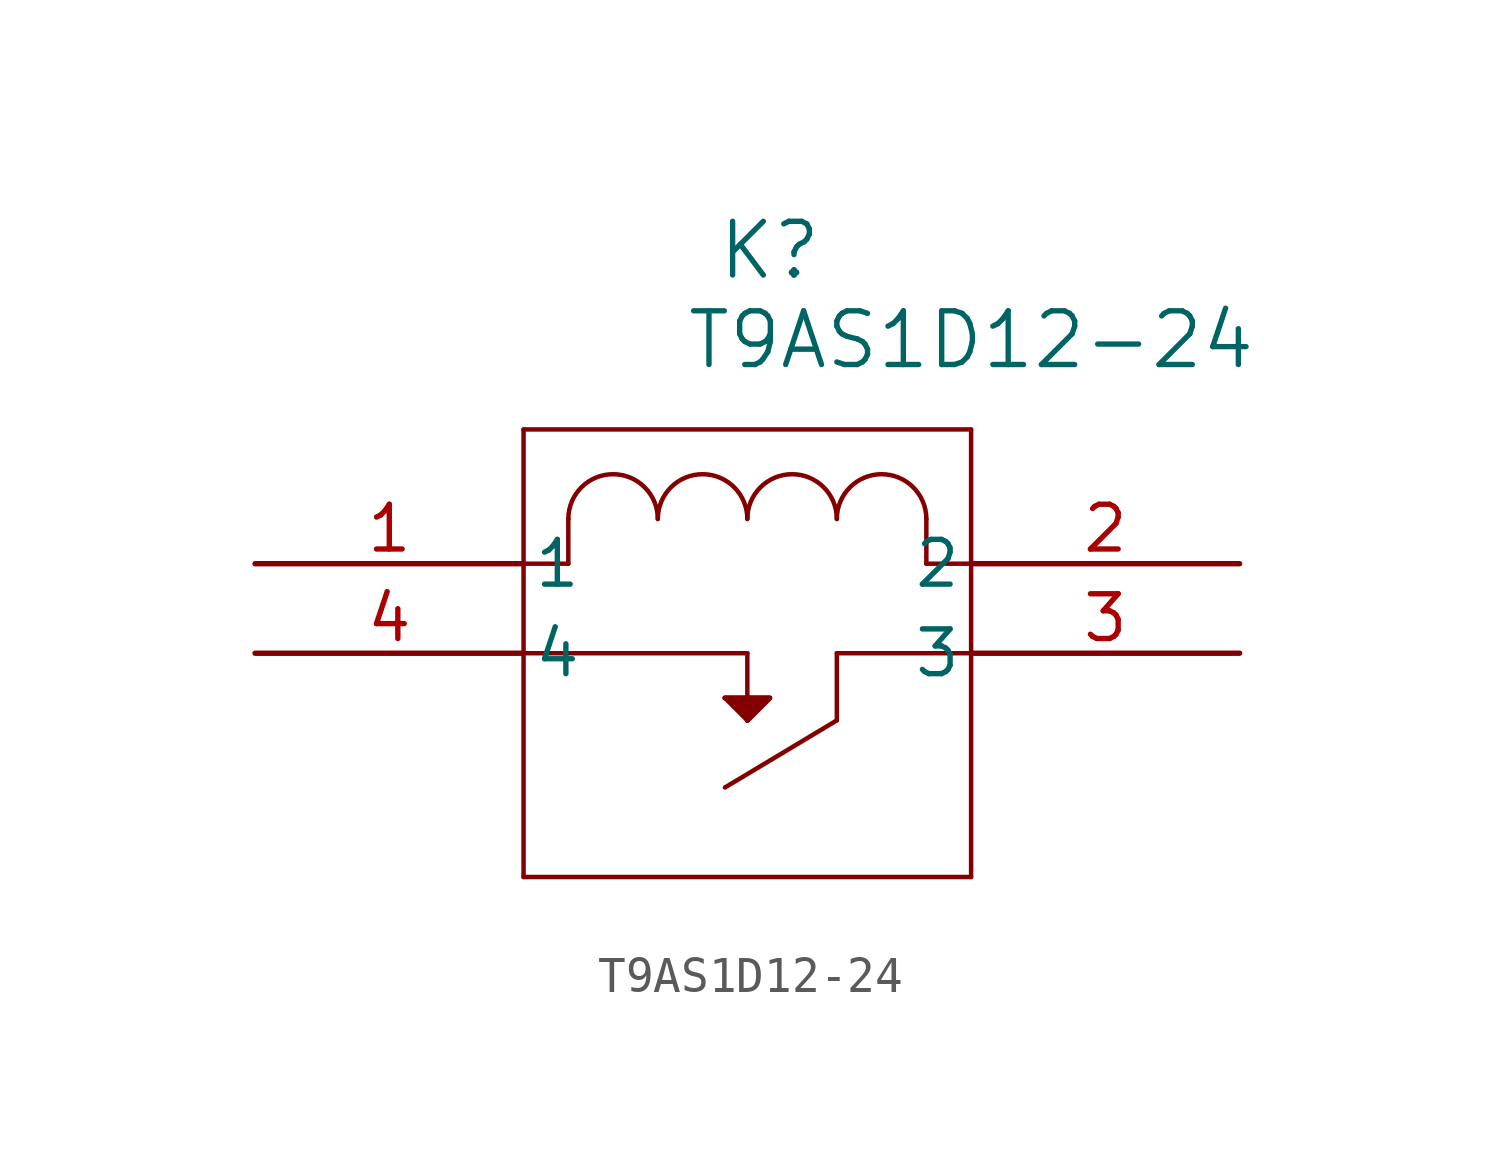
<source format=kicad_sym>
(kicad_symbol_lib
  (version 20211014)
  (generator kicad_symbol_editor)
  (symbol "T9AS1D12-24"
    (pin_names
      (offset 0.254))
    (property "Reference" "K"
      (at 14.605 8.89 0)
      (effects (font (size 1.524 1.524))))
    (property "Value" "T9AS1D12-24"
      (at 20.32 6.35 0)
      (effects (font (size 1.524 1.524))))
    (symbol "T9AS1D12-24_0_1"
      (polyline (pts (xy 13.97 -2.54) (xy 13.97 -3.81)) (stroke (width 0.127) (type default) (color 0 0 0 0)) (fill (type none)))
      (polyline (pts (xy 7.62 3.81) (xy 7.62 -8.89)) (stroke (width 0.127) (type default) (color 0 0 0 0)) (fill (type none)))
      (polyline (pts (xy 7.62 -8.89) (xy 20.32 -8.89)) (stroke (width 0.127) (type default) (color 0 0 0 0)) (fill (type none)))
      (polyline (pts (xy 20.32 -8.89) (xy 20.32 3.81)) (stroke (width 0.127) (type default) (color 0 0 0 0)) (fill (type none)))
      (polyline (pts (xy 20.32 3.81) (xy 7.62 3.81)) (stroke (width 0.127) (type default) (color 0 0 0 0)) (fill (type none)))
      (polyline (pts (xy 7.62 0) (xy 8.89 0)) (stroke (width 0.127) (type default) (color 0 0 0 0)) (fill (type none)))
      (polyline (pts (xy 8.89 0) (xy 8.89 1.27)) (stroke (width 0.127) (type default) (color 0 0 0 0)) (fill (type none)))
      (arc (start 11.43 1.27) (mid 10.16 2.54) (end 8.89 1.27) (stroke (width 0.127) (type default) (color 0 0 0 0)) (fill (type none)))
      (arc (start 13.97 1.27) (mid 12.7 2.54) (end 11.43 1.27) (stroke (width 0.127) (type default) (color 0 0 0 0)) (fill (type none)))
      (arc (start 16.51 1.27) (mid 15.24 2.54) (end 13.97 1.27) (stroke (width 0.127) (type default) (color 0 0 0 0)) (fill (type none)))
      (arc (start 19.05 1.27) (mid 17.78 2.54) (end 16.51 1.27) (stroke (width 0.127) (type default) (color 0 0 0 0)) (fill (type none)))
      (polyline (pts (xy 19.05 1.27) (xy 19.05 0)) (stroke (width 0.127) (type default) (color 0 0 0 0)) (fill (type none)))
      (polyline (pts (xy 19.05 0) (xy 20.32 0)) (stroke (width 0.127) (type default) (color 0 0 0 0)) (fill (type none)))
      (polyline (pts (xy 14.605 -3.81) (xy 13.335 -3.81)) (stroke (width 0.127) (type default) (color 0 0 0 0)) (fill (type none)))
      (polyline (pts (xy 14.605 -3.81) (xy 13.97 -4.445)) (stroke (width 0.127) (type default) (color 0 0 0 0)) (fill (type none)))
      (polyline (pts (xy 13.335 -3.81) (xy 13.97 -4.445)) (stroke (width 0.127) (type default) (color 0 0 0 0)) (fill (type none)))
      (polyline (pts (xy 7.62 -2.54) (xy 13.97 -2.54)) (stroke (width 0.127) (type default) (color 0 0 0 0)) (fill (type none)))
      (polyline (pts (xy 16.51 -4.445) (xy 13.335 -6.35)) (stroke (width 0.127) (type default) (color 0 0 0 0)) (fill (type none)))
      (polyline (pts (xy 16.51 -2.54) (xy 16.51 -4.445)) (stroke (width 0.127) (type default) (color 0 0 0 0)) (fill (type none)))
      (polyline (pts (xy 13.335 -3.81) (xy 14.605 -3.81) (xy 13.97 -4.445)) (stroke (width 0) (type default) (color 0 0 0 0)) (fill (type outline)))
      (polyline (pts (xy 20.32 -2.54) (xy 16.51 -2.54)) (stroke (width 0.127) (type default) (color 0 0 0 0)) (fill (type none)))
      (pin unspecified line (at 0 0 0) (length 7.62) (name "1" (effects (font (size 1.27 1.27)))) (number "1" (effects (font (size 1.27 1.27)))))
      (pin unspecified line (at 27.94 0 180) (length 7.62) (name "2" (effects (font (size 1.27 1.27)))) (number "2" (effects (font (size 1.27 1.27)))))
      (pin unspecified line (at 27.94 -2.54 180) (length 7.62) (name "3" (effects (font (size 1.27 1.27)))) (number "3" (effects (font (size 1.27 1.27)))))
      (pin unspecified line (at 0 -2.54 0) (length 7.62) (name "4" (effects (font (size 1.27 1.27)))) (number "4" (effects (font (size 1.27 1.27))))))))
</source>
